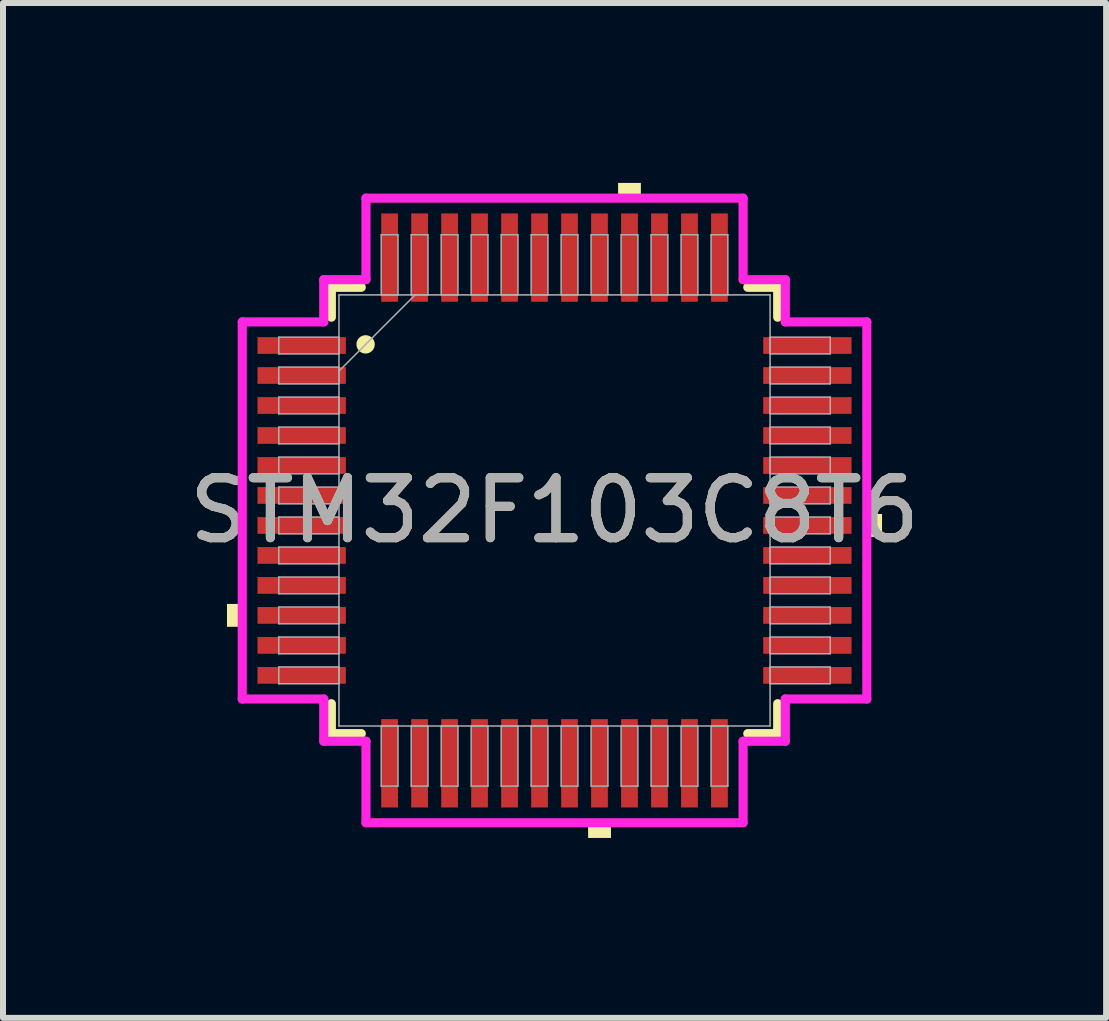
<source format=kicad_pcb>
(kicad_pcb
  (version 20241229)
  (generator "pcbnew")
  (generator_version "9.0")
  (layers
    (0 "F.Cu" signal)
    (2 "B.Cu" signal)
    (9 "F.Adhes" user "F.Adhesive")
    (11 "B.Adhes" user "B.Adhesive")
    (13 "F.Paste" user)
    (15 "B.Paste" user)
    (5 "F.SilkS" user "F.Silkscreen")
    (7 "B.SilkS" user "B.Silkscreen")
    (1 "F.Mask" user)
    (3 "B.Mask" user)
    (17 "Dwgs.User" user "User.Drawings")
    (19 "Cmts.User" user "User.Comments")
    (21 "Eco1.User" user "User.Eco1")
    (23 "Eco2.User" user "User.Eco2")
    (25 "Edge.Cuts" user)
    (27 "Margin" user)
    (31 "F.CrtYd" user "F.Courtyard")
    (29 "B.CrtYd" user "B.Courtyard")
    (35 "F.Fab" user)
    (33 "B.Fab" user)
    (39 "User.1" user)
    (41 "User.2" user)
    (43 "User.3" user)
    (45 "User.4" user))
  (footprint "STM32F103C8T6"
    (layer "F.Cu")
    (at 6.196 5.461)
    (property "Reference" "STM32F103C8T6" (at 0 0 0) (unlocked yes) (layer "F.SilkS") (effects (font (size 1 1) (thickness 0.15))))
    (attr smd)
    (fp_line (start -3.721 -3.721) (end -3.721 -3.222) (stroke (width 0.152) (type solid)) (layer "F.SilkS"))
    (fp_line (start -3.721 3.222) (end -3.721 3.721) (stroke (width 0.152) (type solid)) (layer "F.SilkS"))
    (fp_line (start -3.721 3.721) (end -3.222 3.721) (stroke (width 0.152) (type solid)) (layer "F.SilkS"))
    (fp_line (start -3.222 -3.721) (end -3.721 -3.721) (stroke (width 0.152) (type solid)) (layer "F.SilkS"))
    (fp_line (start 3.222 3.721) (end 3.721 3.721) (stroke (width 0.152) (type solid)) (layer "F.SilkS"))
    (fp_line (start 3.721 -3.721) (end 3.222 -3.721) (stroke (width 0.152) (type solid)) (layer "F.SilkS"))
    (fp_line (start 3.721 -3.222) (end 3.721 -3.721) (stroke (width 0.152) (type solid)) (layer "F.SilkS"))
    (fp_line (start 3.721 3.721) (end 3.721 3.222) (stroke (width 0.152) (type solid)) (layer "F.SilkS"))
    (fp_circle (center -3.15 -2.769) (end -3.073 -2.769) (stroke (width 0.152) (type solid)) (fill no) (layer "F.SilkS"))
    (fp_poly (pts (xy -5.461 1.559) (xy -5.461 1.94) (xy -5.207 1.94) (xy -5.207 1.559)) (stroke (width 0) (type solid)) (fill yes) (layer "F.SilkS"))
    (fp_poly (pts (xy 0.56 5.207) (xy 0.56 5.461) (xy 0.941 5.461) (xy 0.941 5.207)) (stroke (width 0) (type solid)) (fill yes) (layer "F.SilkS"))
    (fp_poly (pts (xy 1.06 -5.207) (xy 1.06 -5.461) (xy 1.44 -5.461) (xy 1.44 -5.207)) (stroke (width 0) (type solid)) (fill yes) (layer "F.SilkS"))
    (fp_poly (pts (xy 5.461 0.059) (xy 5.461 0.441) (xy 5.207 0.441) (xy 5.207 0.059)) (stroke (width 0) (type solid)) (fill yes) (layer "F.SilkS"))
    (fp_line (start -5.207 -3.144) (end -3.848 -3.144) (stroke (width 0.152) (type solid)) (layer "F.CrtYd"))
    (fp_line (start -5.207 3.144) (end -5.207 -3.144) (stroke (width 0.152) (type solid)) (layer "F.CrtYd"))
    (fp_line (start -3.848 -3.848) (end -3.144 -3.848) (stroke (width 0.152) (type solid)) (layer "F.CrtYd"))
    (fp_line (start -3.848 -3.144) (end -3.848 -3.848) (stroke (width 0.152) (type solid)) (layer "F.CrtYd"))
    (fp_line (start -3.848 3.144) (end -5.207 3.144) (stroke (width 0.152) (type solid)) (layer "F.CrtYd"))
    (fp_line (start -3.848 3.848) (end -3.848 3.144) (stroke (width 0.152) (type solid)) (layer "F.CrtYd"))
    (fp_line (start -3.848 3.848) (end -3.144 3.848) (stroke (width 0.152) (type solid)) (layer "F.CrtYd"))
    (fp_line (start -3.144 -5.207) (end 3.144 -5.207) (stroke (width 0.152) (type solid)) (layer "F.CrtYd"))
    (fp_line (start -3.144 -3.848) (end -3.144 -5.207) (stroke (width 0.152) (type solid)) (layer "F.CrtYd"))
    (fp_line (start -3.144 3.848) (end -3.144 5.207) (stroke (width 0.152) (type solid)) (layer "F.CrtYd"))
    (fp_line (start -3.144 5.207) (end 3.144 5.207) (stroke (width 0.152) (type solid)) (layer "F.CrtYd"))
    (fp_line (start 3.144 -5.207) (end 3.144 -3.848) (stroke (width 0.152) (type solid)) (layer "F.CrtYd"))
    (fp_line (start 3.144 -3.848) (end 3.848 -3.848) (stroke (width 0.152) (type solid)) (layer "F.CrtYd"))
    (fp_line (start 3.144 3.848) (end 3.848 3.848) (stroke (width 0.152) (type solid)) (layer "F.CrtYd"))
    (fp_line (start 3.144 5.207) (end 3.144 3.848) (stroke (width 0.152) (type solid)) (layer "F.CrtYd"))
    (fp_line (start 3.848 -3.144) (end 3.848 -3.848) (stroke (width 0.152) (type solid)) (layer "F.CrtYd"))
    (fp_line (start 3.848 3.144) (end 5.207 3.144) (stroke (width 0.152) (type solid)) (layer "F.CrtYd"))
    (fp_line (start 3.848 3.848) (end 3.848 3.144) (stroke (width 0.152) (type solid)) (layer "F.CrtYd"))
    (fp_line (start 5.207 -3.144) (end 3.848 -3.144) (stroke (width 0.152) (type solid)) (layer "F.CrtYd"))
    (fp_line (start 5.207 3.144) (end 5.207 -3.144) (stroke (width 0.152) (type solid)) (layer "F.CrtYd"))
    (fp_line (start -4.597 -2.89) (end -4.597 -2.61) (stroke (width 0.025) (type solid)) (layer "F.Fab"))
    (fp_line (start -4.597 -2.61) (end -3.594 -2.61) (stroke (width 0.025) (type solid)) (layer "F.Fab"))
    (fp_line (start -4.597 -2.39) (end -4.597 -2.11) (stroke (width 0.025) (type solid)) (layer "F.Fab"))
    (fp_line (start -4.597 -2.11) (end -3.594 -2.11) (stroke (width 0.025) (type solid)) (layer "F.Fab"))
    (fp_line (start -4.597 -1.89) (end -4.597 -1.61) (stroke (width 0.025) (type solid)) (layer "F.Fab"))
    (fp_line (start -4.597 -1.61) (end -3.594 -1.61) (stroke (width 0.025) (type solid)) (layer "F.Fab"))
    (fp_line (start -4.597 -1.39) (end -4.597 -1.11) (stroke (width 0.025) (type solid)) (layer "F.Fab"))
    (fp_line (start -4.597 -1.11) (end -3.594 -1.11) (stroke (width 0.025) (type solid)) (layer "F.Fab"))
    (fp_line (start -4.597 -0.89) (end -4.597 -0.61) (stroke (width 0.025) (type solid)) (layer "F.Fab"))
    (fp_line (start -4.597 -0.61) (end -3.594 -0.61) (stroke (width 0.025) (type solid)) (layer "F.Fab"))
    (fp_line (start -4.597 -0.39) (end -4.597 -0.11) (stroke (width 0.025) (type solid)) (layer "F.Fab"))
    (fp_line (start -4.597 -0.11) (end -3.594 -0.11) (stroke (width 0.025) (type solid)) (layer "F.Fab"))
    (fp_line (start -4.597 0.11) (end -4.597 0.39) (stroke (width 0.025) (type solid)) (layer "F.Fab"))
    (fp_line (start -4.597 0.39) (end -3.594 0.39) (stroke (width 0.025) (type solid)) (layer "F.Fab"))
    (fp_line (start -4.597 0.61) (end -4.597 0.89) (stroke (width 0.025) (type solid)) (layer "F.Fab"))
    (fp_line (start -4.597 0.89) (end -3.594 0.89) (stroke (width 0.025) (type solid)) (layer "F.Fab"))
    (fp_line (start -4.597 1.11) (end -4.597 1.39) (stroke (width 0.025) (type solid)) (layer "F.Fab"))
    (fp_line (start -4.597 1.39) (end -3.594 1.39) (stroke (width 0.025) (type solid)) (layer "F.Fab"))
    (fp_line (start -4.597 1.61) (end -4.597 1.89) (stroke (width 0.025) (type solid)) (layer "F.Fab"))
    (fp_line (start -4.597 1.89) (end -3.594 1.89) (stroke (width 0.025) (type solid)) (layer "F.Fab"))
    (fp_line (start -4.597 2.11) (end -4.597 2.39) (stroke (width 0.025) (type solid)) (layer "F.Fab"))
    (fp_line (start -4.597 2.39) (end -3.594 2.39) (stroke (width 0.025) (type solid)) (layer "F.Fab"))
    (fp_line (start -4.597 2.61) (end -4.597 2.89) (stroke (width 0.025) (type solid)) (layer "F.Fab"))
    (fp_line (start -4.597 2.89) (end -3.594 2.89) (stroke (width 0.025) (type solid)) (layer "F.Fab"))
    (fp_line (start -3.594 -3.594) (end -3.594 3.594) (stroke (width 0.025) (type solid)) (layer "F.Fab"))
    (fp_line (start -3.594 -2.89) (end -4.597 -2.89) (stroke (width 0.025) (type solid)) (layer "F.Fab"))
    (fp_line (start -3.594 -2.61) (end -3.594 -2.89) (stroke (width 0.025) (type solid)) (layer "F.Fab"))
    (fp_line (start -3.594 -2.39) (end -4.597 -2.39) (stroke (width 0.025) (type solid)) (layer "F.Fab"))
    (fp_line (start -3.594 -2.324) (end -2.324 -3.594) (stroke (width 0.025) (type solid)) (layer "F.Fab"))
    (fp_line (start -3.594 -2.11) (end -3.594 -2.39) (stroke (width 0.025) (type solid)) (layer "F.Fab"))
    (fp_line (start -3.594 -1.89) (end -4.597 -1.89) (stroke (width 0.025) (type solid)) (layer "F.Fab"))
    (fp_line (start -3.594 -1.61) (end -3.594 -1.89) (stroke (width 0.025) (type solid)) (layer "F.Fab"))
    (fp_line (start -3.594 -1.39) (end -4.597 -1.39) (stroke (width 0.025) (type solid)) (layer "F.Fab"))
    (fp_line (start -3.594 -1.11) (end -3.594 -1.39) (stroke (width 0.025) (type solid)) (layer "F.Fab"))
    (fp_line (start -3.594 -0.89) (end -4.597 -0.89) (stroke (width 0.025) (type solid)) (layer "F.Fab"))
    (fp_line (start -3.594 -0.61) (end -3.594 -0.89) (stroke (width 0.025) (type solid)) (layer "F.Fab"))
    (fp_line (start -3.594 -0.39) (end -4.597 -0.39) (stroke (width 0.025) (type solid)) (layer "F.Fab"))
    (fp_line (start -3.594 -0.11) (end -3.594 -0.39) (stroke (width 0.025) (type solid)) (layer "F.Fab"))
    (fp_line (start -3.594 0.11) (end -4.597 0.11) (stroke (width 0.025) (type solid)) (layer "F.Fab"))
    (fp_line (start -3.594 0.39) (end -3.594 0.11) (stroke (width 0.025) (type solid)) (layer "F.Fab"))
    (fp_line (start -3.594 0.61) (end -4.597 0.61) (stroke (width 0.025) (type solid)) (layer "F.Fab"))
    (fp_line (start -3.594 0.89) (end -3.594 0.61) (stroke (width 0.025) (type solid)) (layer "F.Fab"))
    (fp_line (start -3.594 1.11) (end -4.597 1.11) (stroke (width 0.025) (type solid)) (layer "F.Fab"))
    (fp_line (start -3.594 1.39) (end -3.594 1.11) (stroke (width 0.025) (type solid)) (layer "F.Fab"))
    (fp_line (start -3.594 1.61) (end -4.597 1.61) (stroke (width 0.025) (type solid)) (layer "F.Fab"))
    (fp_line (start -3.594 1.89) (end -3.594 1.61) (stroke (width 0.025) (type solid)) (layer "F.Fab"))
    (fp_line (start -3.594 2.11) (end -4.597 2.11) (stroke (width 0.025) (type solid)) (layer "F.Fab"))
    (fp_line (start -3.594 2.39) (end -3.594 2.11) (stroke (width 0.025) (type solid)) (layer "F.Fab"))
    (fp_line (start -3.594 2.61) (end -4.597 2.61) (stroke (width 0.025) (type solid)) (layer "F.Fab"))
    (fp_line (start -3.594 2.89) (end -3.594 2.61) (stroke (width 0.025) (type solid)) (layer "F.Fab"))
    (fp_line (start -3.594 3.594) (end 3.594 3.594) (stroke (width 0.025) (type solid)) (layer "F.Fab"))
    (fp_line (start -2.89 -4.597) (end -2.89 -3.594) (stroke (width 0.025) (type solid)) (layer "F.Fab"))
    (fp_line (start -2.89 -3.594) (end -2.61 -3.594) (stroke (width 0.025) (type solid)) (layer "F.Fab"))
    (fp_line (start -2.89 3.594) (end -2.89 4.597) (stroke (width 0.025) (type solid)) (layer "F.Fab"))
    (fp_line (start -2.89 4.597) (end -2.61 4.597) (stroke (width 0.025) (type solid)) (layer "F.Fab"))
    (fp_line (start -2.61 -4.597) (end -2.89 -4.597) (stroke (width 0.025) (type solid)) (layer "F.Fab"))
    (fp_line (start -2.61 -3.594) (end -2.61 -4.597) (stroke (width 0.025) (type solid)) (layer "F.Fab"))
    (fp_line (start -2.61 3.594) (end -2.89 3.594) (stroke (width 0.025) (type solid)) (layer "F.Fab"))
    (fp_line (start -2.61 4.597) (end -2.61 3.594) (stroke (width 0.025) (type solid)) (layer "F.Fab"))
    (fp_line (start -2.39 -4.597) (end -2.39 -3.594) (stroke (width 0.025) (type solid)) (layer "F.Fab"))
    (fp_line (start -2.39 -3.594) (end -2.11 -3.594) (stroke (width 0.025) (type solid)) (layer "F.Fab"))
    (fp_line (start -2.39 3.594) (end -2.39 4.597) (stroke (width 0.025) (type solid)) (layer "F.Fab"))
    (fp_line (start -2.39 4.597) (end -2.11 4.597) (stroke (width 0.025) (type solid)) (layer "F.Fab"))
    (fp_line (start -2.11 -4.597) (end -2.39 -4.597) (stroke (width 0.025) (type solid)) (layer "F.Fab"))
    (fp_line (start -2.11 -3.594) (end -2.11 -4.597) (stroke (width 0.025) (type solid)) (layer "F.Fab"))
    (fp_line (start -2.11 3.594) (end -2.39 3.594) (stroke (width 0.025) (type solid)) (layer "F.Fab"))
    (fp_line (start -2.11 4.597) (end -2.11 3.594) (stroke (width 0.025) (type solid)) (layer "F.Fab"))
    (fp_line (start -1.89 -4.597) (end -1.89 -3.594) (stroke (width 0.025) (type solid)) (layer "F.Fab"))
    (fp_line (start -1.89 -3.594) (end -1.61 -3.594) (stroke (width 0.025) (type solid)) (layer "F.Fab"))
    (fp_line (start -1.89 3.594) (end -1.89 4.597) (stroke (width 0.025) (type solid)) (layer "F.Fab"))
    (fp_line (start -1.89 4.597) (end -1.61 4.597) (stroke (width 0.025) (type solid)) (layer "F.Fab"))
    (fp_line (start -1.61 -4.597) (end -1.89 -4.597) (stroke (width 0.025) (type solid)) (layer "F.Fab"))
    (fp_line (start -1.61 -3.594) (end -1.61 -4.597) (stroke (width 0.025) (type solid)) (layer "F.Fab"))
    (fp_line (start -1.61 3.594) (end -1.89 3.594) (stroke (width 0.025) (type solid)) (layer "F.Fab"))
    (fp_line (start -1.61 4.597) (end -1.61 3.594) (stroke (width 0.025) (type solid)) (layer "F.Fab"))
    (fp_line (start -1.39 -4.597) (end -1.39 -3.594) (stroke (width 0.025) (type solid)) (layer "F.Fab"))
    (fp_line (start -1.39 -3.594) (end -1.11 -3.594) (stroke (width 0.025) (type solid)) (layer "F.Fab"))
    (fp_line (start -1.39 3.594) (end -1.39 4.597) (stroke (width 0.025) (type solid)) (layer "F.Fab"))
    (fp_line (start -1.39 4.597) (end -1.11 4.597) (stroke (width 0.025) (type solid)) (layer "F.Fab"))
    (fp_line (start -1.11 -4.597) (end -1.39 -4.597) (stroke (width 0.025) (type solid)) (layer "F.Fab"))
    (fp_line (start -1.11 -3.594) (end -1.11 -4.597) (stroke (width 0.025) (type solid)) (layer "F.Fab"))
    (fp_line (start -1.11 3.594) (end -1.39 3.594) (stroke (width 0.025) (type solid)) (layer "F.Fab"))
    (fp_line (start -1.11 4.597) (end -1.11 3.594) (stroke (width 0.025) (type solid)) (layer "F.Fab"))
    (fp_line (start -0.89 -4.597) (end -0.89 -3.594) (stroke (width 0.025) (type solid)) (layer "F.Fab"))
    (fp_line (start -0.89 -3.594) (end -0.61 -3.594) (stroke (width 0.025) (type solid)) (layer "F.Fab"))
    (fp_line (start -0.89 3.594) (end -0.89 4.597) (stroke (width 0.025) (type solid)) (layer "F.Fab"))
    (fp_line (start -0.89 4.597) (end -0.61 4.597) (stroke (width 0.025) (type solid)) (layer "F.Fab"))
    (fp_line (start -0.61 -4.597) (end -0.89 -4.597) (stroke (width 0.025) (type solid)) (layer "F.Fab"))
    (fp_line (start -0.61 -3.594) (end -0.61 -4.597) (stroke (width 0.025) (type solid)) (layer "F.Fab"))
    (fp_line (start -0.61 3.594) (end -0.89 3.594) (stroke (width 0.025) (type solid)) (layer "F.Fab"))
    (fp_line (start -0.61 4.597) (end -0.61 3.594) (stroke (width 0.025) (type solid)) (layer "F.Fab"))
    (fp_line (start -0.39 -4.597) (end -0.39 -3.594) (stroke (width 0.025) (type solid)) (layer "F.Fab"))
    (fp_line (start -0.39 -3.594) (end -0.11 -3.594) (stroke (width 0.025) (type solid)) (layer "F.Fab"))
    (fp_line (start -0.39 3.594) (end -0.39 4.597) (stroke (width 0.025) (type solid)) (layer "F.Fab"))
    (fp_line (start -0.39 4.597) (end -0.11 4.597) (stroke (width 0.025) (type solid)) (layer "F.Fab"))
    (fp_line (start -0.11 -4.597) (end -0.39 -4.597) (stroke (width 0.025) (type solid)) (layer "F.Fab"))
    (fp_line (start -0.11 -3.594) (end -0.11 -4.597) (stroke (width 0.025) (type solid)) (layer "F.Fab"))
    (fp_line (start -0.11 3.594) (end -0.39 3.594) (stroke (width 0.025) (type solid)) (layer "F.Fab"))
    (fp_line (start -0.11 4.597) (end -0.11 3.594) (stroke (width 0.025) (type solid)) (layer "F.Fab"))
    (fp_line (start 0.11 -4.597) (end 0.11 -3.594) (stroke (width 0.025) (type solid)) (layer "F.Fab"))
    (fp_line (start 0.11 -3.594) (end 0.39 -3.594) (stroke (width 0.025) (type solid)) (layer "F.Fab"))
    (fp_line (start 0.11 3.594) (end 0.11 4.597) (stroke (width 0.025) (type solid)) (layer "F.Fab"))
    (fp_line (start 0.11 4.597) (end 0.39 4.597) (stroke (width 0.025) (type solid)) (layer "F.Fab"))
    (fp_line (start 0.39 -4.597) (end 0.11 -4.597) (stroke (width 0.025) (type solid)) (layer "F.Fab"))
    (fp_line (start 0.39 -3.594) (end 0.39 -4.597) (stroke (width 0.025) (type solid)) (layer "F.Fab"))
    (fp_line (start 0.39 3.594) (end 0.11 3.594) (stroke (width 0.025) (type solid)) (layer "F.Fab"))
    (fp_line (start 0.39 4.597) (end 0.39 3.594) (stroke (width 0.025) (type solid)) (layer "F.Fab"))
    (fp_line (start 0.61 -4.597) (end 0.61 -3.594) (stroke (width 0.025) (type solid)) (layer "F.Fab"))
    (fp_line (start 0.61 -3.594) (end 0.89 -3.594) (stroke (width 0.025) (type solid)) (layer "F.Fab"))
    (fp_line (start 0.61 3.594) (end 0.61 4.597) (stroke (width 0.025) (type solid)) (layer "F.Fab"))
    (fp_line (start 0.61 4.597) (end 0.89 4.597) (stroke (width 0.025) (type solid)) (layer "F.Fab"))
    (fp_line (start 0.89 -4.597) (end 0.61 -4.597) (stroke (width 0.025) (type solid)) (layer "F.Fab"))
    (fp_line (start 0.89 -3.594) (end 0.89 -4.597) (stroke (width 0.025) (type solid)) (layer "F.Fab"))
    (fp_line (start 0.89 3.594) (end 0.61 3.594) (stroke (width 0.025) (type solid)) (layer "F.Fab"))
    (fp_line (start 0.89 4.597) (end 0.89 3.594) (stroke (width 0.025) (type solid)) (layer "F.Fab"))
    (fp_line (start 1.11 -4.597) (end 1.11 -3.594) (stroke (width 0.025) (type solid)) (layer "F.Fab"))
    (fp_line (start 1.11 -3.594) (end 1.39 -3.594) (stroke (width 0.025) (type solid)) (layer "F.Fab"))
    (fp_line (start 1.11 3.594) (end 1.11 4.597) (stroke (width 0.025) (type solid)) (layer "F.Fab"))
    (fp_line (start 1.11 4.597) (end 1.39 4.597) (stroke (width 0.025) (type solid)) (layer "F.Fab"))
    (fp_line (start 1.39 -4.597) (end 1.11 -4.597) (stroke (width 0.025) (type solid)) (layer "F.Fab"))
    (fp_line (start 1.39 -3.594) (end 1.39 -4.597) (stroke (width 0.025) (type solid)) (layer "F.Fab"))
    (fp_line (start 1.39 3.594) (end 1.11 3.594) (stroke (width 0.025) (type solid)) (layer "F.Fab"))
    (fp_line (start 1.39 4.597) (end 1.39 3.594) (stroke (width 0.025) (type solid)) (layer "F.Fab"))
    (fp_line (start 1.61 -4.597) (end 1.61 -3.594) (stroke (width 0.025) (type solid)) (layer "F.Fab"))
    (fp_line (start 1.61 -3.594) (end 1.89 -3.594) (stroke (width 0.025) (type solid)) (layer "F.Fab"))
    (fp_line (start 1.61 3.594) (end 1.61 4.597) (stroke (width 0.025) (type solid)) (layer "F.Fab"))
    (fp_line (start 1.61 4.597) (end 1.89 4.597) (stroke (width 0.025) (type solid)) (layer "F.Fab"))
    (fp_line (start 1.89 -4.597) (end 1.61 -4.597) (stroke (width 0.025) (type solid)) (layer "F.Fab"))
    (fp_line (start 1.89 -3.594) (end 1.89 -4.597) (stroke (width 0.025) (type solid)) (layer "F.Fab"))
    (fp_line (start 1.89 3.594) (end 1.61 3.594) (stroke (width 0.025) (type solid)) (layer "F.Fab"))
    (fp_line (start 1.89 4.597) (end 1.89 3.594) (stroke (width 0.025) (type solid)) (layer "F.Fab"))
    (fp_line (start 2.11 -4.597) (end 2.11 -3.594) (stroke (width 0.025) (type solid)) (layer "F.Fab"))
    (fp_line (start 2.11 -3.594) (end 2.39 -3.594) (stroke (width 0.025) (type solid)) (layer "F.Fab"))
    (fp_line (start 2.11 3.594) (end 2.11 4.597) (stroke (width 0.025) (type solid)) (layer "F.Fab"))
    (fp_line (start 2.11 4.597) (end 2.39 4.597) (stroke (width 0.025) (type solid)) (layer "F.Fab"))
    (fp_line (start 2.39 -4.597) (end 2.11 -4.597) (stroke (width 0.025) (type solid)) (layer "F.Fab"))
    (fp_line (start 2.39 -3.594) (end 2.39 -4.597) (stroke (width 0.025) (type solid)) (layer "F.Fab"))
    (fp_line (start 2.39 3.594) (end 2.11 3.594) (stroke (width 0.025) (type solid)) (layer "F.Fab"))
    (fp_line (start 2.39 4.597) (end 2.39 3.594) (stroke (width 0.025) (type solid)) (layer "F.Fab"))
    (fp_line (start 2.61 -4.597) (end 2.61 -3.594) (stroke (width 0.025) (type solid)) (layer "F.Fab"))
    (fp_line (start 2.61 -3.594) (end 2.89 -3.594) (stroke (width 0.025) (type solid)) (layer "F.Fab"))
    (fp_line (start 2.61 3.594) (end 2.61 4.597) (stroke (width 0.025) (type solid)) (layer "F.Fab"))
    (fp_line (start 2.61 4.597) (end 2.89 4.597) (stroke (width 0.025) (type solid)) (layer "F.Fab"))
    (fp_line (start 2.89 -4.597) (end 2.61 -4.597) (stroke (width 0.025) (type solid)) (layer "F.Fab"))
    (fp_line (start 2.89 -3.594) (end 2.89 -4.597) (stroke (width 0.025) (type solid)) (layer "F.Fab"))
    (fp_line (start 2.89 3.594) (end 2.61 3.594) (stroke (width 0.025) (type solid)) (layer "F.Fab"))
    (fp_line (start 2.89 4.597) (end 2.89 3.594) (stroke (width 0.025) (type solid)) (layer "F.Fab"))
    (fp_line (start 3.594 -3.594) (end -3.594 -3.594) (stroke (width 0.025) (type solid)) (layer "F.Fab"))
    (fp_line (start 3.594 -2.89) (end 3.594 -2.61) (stroke (width 0.025) (type solid)) (layer "F.Fab"))
    (fp_line (start 3.594 -2.61) (end 4.597 -2.61) (stroke (width 0.025) (type solid)) (layer "F.Fab"))
    (fp_line (start 3.594 -2.39) (end 3.594 -2.11) (stroke (width 0.025) (type solid)) (layer "F.Fab"))
    (fp_line (start 3.594 -2.11) (end 4.597 -2.11) (stroke (width 0.025) (type solid)) (layer "F.Fab"))
    (fp_line (start 3.594 -1.89) (end 3.594 -1.61) (stroke (width 0.025) (type solid)) (layer "F.Fab"))
    (fp_line (start 3.594 -1.61) (end 4.597 -1.61) (stroke (width 0.025) (type solid)) (layer "F.Fab"))
    (fp_line (start 3.594 -1.39) (end 3.594 -1.11) (stroke (width 0.025) (type solid)) (layer "F.Fab"))
    (fp_line (start 3.594 -1.11) (end 4.597 -1.11) (stroke (width 0.025) (type solid)) (layer "F.Fab"))
    (fp_line (start 3.594 -0.89) (end 3.594 -0.61) (stroke (width 0.025) (type solid)) (layer "F.Fab"))
    (fp_line (start 3.594 -0.61) (end 4.597 -0.61) (stroke (width 0.025) (type solid)) (layer "F.Fab"))
    (fp_line (start 3.594 -0.39) (end 3.594 -0.11) (stroke (width 0.025) (type solid)) (layer "F.Fab"))
    (fp_line (start 3.594 -0.11) (end 4.597 -0.11) (stroke (width 0.025) (type solid)) (layer "F.Fab"))
    (fp_line (start 3.594 0.11) (end 3.594 0.39) (stroke (width 0.025) (type solid)) (layer "F.Fab"))
    (fp_line (start 3.594 0.39) (end 4.597 0.39) (stroke (width 0.025) (type solid)) (layer "F.Fab"))
    (fp_line (start 3.594 0.61) (end 3.594 0.89) (stroke (width 0.025) (type solid)) (layer "F.Fab"))
    (fp_line (start 3.594 0.89) (end 4.597 0.89) (stroke (width 0.025) (type solid)) (layer "F.Fab"))
    (fp_line (start 3.594 1.11) (end 3.594 1.39) (stroke (width 0.025) (type solid)) (layer "F.Fab"))
    (fp_line (start 3.594 1.39) (end 4.597 1.39) (stroke (width 0.025) (type solid)) (layer "F.Fab"))
    (fp_line (start 3.594 1.61) (end 3.594 1.89) (stroke (width 0.025) (type solid)) (layer "F.Fab"))
    (fp_line (start 3.594 1.89) (end 4.597 1.89) (stroke (width 0.025) (type solid)) (layer "F.Fab"))
    (fp_line (start 3.594 2.11) (end 3.594 2.39) (stroke (width 0.025) (type solid)) (layer "F.Fab"))
    (fp_line (start 3.594 2.39) (end 4.597 2.39) (stroke (width 0.025) (type solid)) (layer "F.Fab"))
    (fp_line (start 3.594 2.61) (end 3.594 2.89) (stroke (width 0.025) (type solid)) (layer "F.Fab"))
    (fp_line (start 3.594 2.89) (end 4.597 2.89) (stroke (width 0.025) (type solid)) (layer "F.Fab"))
    (fp_line (start 3.594 3.594) (end 3.594 -3.594) (stroke (width 0.025) (type solid)) (layer "F.Fab"))
    (fp_line (start 4.597 -2.89) (end 3.594 -2.89) (stroke (width 0.025) (type solid)) (layer "F.Fab"))
    (fp_line (start 4.597 -2.61) (end 4.597 -2.89) (stroke (width 0.025) (type solid)) (layer "F.Fab"))
    (fp_line (start 4.597 -2.39) (end 3.594 -2.39) (stroke (width 0.025) (type solid)) (layer "F.Fab"))
    (fp_line (start 4.597 -2.11) (end 4.597 -2.39) (stroke (width 0.025) (type solid)) (layer "F.Fab"))
    (fp_line (start 4.597 -1.89) (end 3.594 -1.89) (stroke (width 0.025) (type solid)) (layer "F.Fab"))
    (fp_line (start 4.597 -1.61) (end 4.597 -1.89) (stroke (width 0.025) (type solid)) (layer "F.Fab"))
    (fp_line (start 4.597 -1.39) (end 3.594 -1.39) (stroke (width 0.025) (type solid)) (layer "F.Fab"))
    (fp_line (start 4.597 -1.11) (end 4.597 -1.39) (stroke (width 0.025) (type solid)) (layer "F.Fab"))
    (fp_line (start 4.597 -0.89) (end 3.594 -0.89) (stroke (width 0.025) (type solid)) (layer "F.Fab"))
    (fp_line (start 4.597 -0.61) (end 4.597 -0.89) (stroke (width 0.025) (type solid)) (layer "F.Fab"))
    (fp_line (start 4.597 -0.39) (end 3.594 -0.39) (stroke (width 0.025) (type solid)) (layer "F.Fab"))
    (fp_line (start 4.597 -0.11) (end 4.597 -0.39) (stroke (width 0.025) (type solid)) (layer "F.Fab"))
    (fp_line (start 4.597 0.11) (end 3.594 0.11) (stroke (width 0.025) (type solid)) (layer "F.Fab"))
    (fp_line (start 4.597 0.39) (end 4.597 0.11) (stroke (width 0.025) (type solid)) (layer "F.Fab"))
    (fp_line (start 4.597 0.61) (end 3.594 0.61) (stroke (width 0.025) (type solid)) (layer "F.Fab"))
    (fp_line (start 4.597 0.89) (end 4.597 0.61) (stroke (width 0.025) (type solid)) (layer "F.Fab"))
    (fp_line (start 4.597 1.11) (end 3.594 1.11) (stroke (width 0.025) (type solid)) (layer "F.Fab"))
    (fp_line (start 4.597 1.39) (end 4.597 1.11) (stroke (width 0.025) (type solid)) (layer "F.Fab"))
    (fp_line (start 4.597 1.61) (end 3.594 1.61) (stroke (width 0.025) (type solid)) (layer "F.Fab"))
    (fp_line (start 4.597 1.89) (end 4.597 1.61) (stroke (width 0.025) (type solid)) (layer "F.Fab"))
    (fp_line (start 4.597 2.11) (end 3.594 2.11) (stroke (width 0.025) (type solid)) (layer "F.Fab"))
    (fp_line (start 4.597 2.39) (end 4.597 2.11) (stroke (width 0.025) (type solid)) (layer "F.Fab"))
    (fp_line (start 4.597 2.61) (end 3.594 2.61) (stroke (width 0.025) (type solid)) (layer "F.Fab"))
    (fp_line (start 4.597 2.89) (end 4.597 2.61) (stroke (width 0.025) (type solid)) (layer "F.Fab"))
    (fp_text user "${REFERENCE}" (at 0 0 0) (unlocked yes) (layer "F.Fab") (effects (font (size 1 1) (thickness 0.15))))
    (pad "1" smd rect (at -4.216 -2.75 90) (size 0.279 1.473) (layers "F.Cu" "F.Mask" "F.Paste"))
    (pad "2" smd rect (at -4.216 -2.25 90) (size 0.279 1.473) (layers "F.Cu" "F.Mask" "F.Paste"))
    (pad "3" smd rect (at -4.216 -1.75 90) (size 0.279 1.473) (layers "F.Cu" "F.Mask" "F.Paste"))
    (pad "4" smd rect (at -4.216 -1.25 90) (size 0.279 1.473) (layers "F.Cu" "F.Mask" "F.Paste"))
    (pad "5" smd rect (at -4.216 -0.75 90) (size 0.279 1.473) (layers "F.Cu" "F.Mask" "F.Paste"))
    (pad "6" smd rect (at -4.216 -0.25 90) (size 0.279 1.473) (layers "F.Cu" "F.Mask" "F.Paste"))
    (pad "7" smd rect (at -4.216 0.25 90) (size 0.279 1.473) (layers "F.Cu" "F.Mask" "F.Paste"))
    (pad "8" smd rect (at -4.216 0.75 90) (size 0.279 1.473) (layers "F.Cu" "F.Mask" "F.Paste"))
    (pad "9" smd rect (at -4.216 1.25 90) (size 0.279 1.473) (layers "F.Cu" "F.Mask" "F.Paste"))
    (pad "10" smd rect (at -4.216 1.75 90) (size 0.279 1.473) (layers "F.Cu" "F.Mask" "F.Paste"))
    (pad "11" smd rect (at -4.216 2.25 90) (size 0.279 1.473) (layers "F.Cu" "F.Mask" "F.Paste"))
    (pad "12" smd rect (at -4.216 2.75 90) (size 0.279 1.473) (layers "F.Cu" "F.Mask" "F.Paste"))
    (pad "13" smd rect (at -2.75 4.216) (size 0.279 1.473) (layers "F.Cu" "F.Mask" "F.Paste"))
    (pad "14" smd rect (at -2.25 4.216) (size 0.279 1.473) (layers "F.Cu" "F.Mask" "F.Paste"))
    (pad "15" smd rect (at -1.75 4.216) (size 0.279 1.473) (layers "F.Cu" "F.Mask" "F.Paste"))
    (pad "16" smd rect (at -1.25 4.216) (size 0.279 1.473) (layers "F.Cu" "F.Mask" "F.Paste"))
    (pad "17" smd rect (at -0.75 4.216) (size 0.279 1.473) (layers "F.Cu" "F.Mask" "F.Paste"))
    (pad "18" smd rect (at -0.25 4.216) (size 0.279 1.473) (layers "F.Cu" "F.Mask" "F.Paste"))
    (pad "19" smd rect (at 0.25 4.216) (size 0.279 1.473) (layers "F.Cu" "F.Mask" "F.Paste"))
    (pad "20" smd rect (at 0.75 4.216) (size 0.279 1.473) (layers "F.Cu" "F.Mask" "F.Paste"))
    (pad "21" smd rect (at 1.25 4.216) (size 0.279 1.473) (layers "F.Cu" "F.Mask" "F.Paste"))
    (pad "22" smd rect (at 1.75 4.216) (size 0.279 1.473) (layers "F.Cu" "F.Mask" "F.Paste"))
    (pad "23" smd rect (at 2.25 4.216) (size 0.279 1.473) (layers "F.Cu" "F.Mask" "F.Paste"))
    (pad "24" smd rect (at 2.75 4.216) (size 0.279 1.473) (layers "F.Cu" "F.Mask" "F.Paste"))
    (pad "25" smd rect (at 4.216 2.75 90) (size 0.279 1.473) (layers "F.Cu" "F.Mask" "F.Paste"))
    (pad "26" smd rect (at 4.216 2.25 90) (size 0.279 1.473) (layers "F.Cu" "F.Mask" "F.Paste"))
    (pad "27" smd rect (at 4.216 1.75 90) (size 0.279 1.473) (layers "F.Cu" "F.Mask" "F.Paste"))
    (pad "28" smd rect (at 4.216 1.25 90) (size 0.279 1.473) (layers "F.Cu" "F.Mask" "F.Paste"))
    (pad "29" smd rect (at 4.216 0.75 90) (size 0.279 1.473) (layers "F.Cu" "F.Mask" "F.Paste"))
    (pad "30" smd rect (at 4.216 0.25 90) (size 0.279 1.473) (layers "F.Cu" "F.Mask" "F.Paste"))
    (pad "31" smd rect (at 4.216 -0.25 90) (size 0.279 1.473) (layers "F.Cu" "F.Mask" "F.Paste"))
    (pad "32" smd rect (at 4.216 -0.75 90) (size 0.279 1.473) (layers "F.Cu" "F.Mask" "F.Paste"))
    (pad "33" smd rect (at 4.216 -1.25 90) (size 0.279 1.473) (layers "F.Cu" "F.Mask" "F.Paste"))
    (pad "34" smd rect (at 4.216 -1.75 90) (size 0.279 1.473) (layers "F.Cu" "F.Mask" "F.Paste"))
    (pad "35" smd rect (at 4.216 -2.25 90) (size 0.279 1.473) (layers "F.Cu" "F.Mask" "F.Paste"))
    (pad "36" smd rect (at 4.216 -2.75 90) (size 0.279 1.473) (layers "F.Cu" "F.Mask" "F.Paste"))
    (pad "37" smd rect (at 2.75 -4.216) (size 0.279 1.473) (layers "F.Cu" "F.Mask" "F.Paste"))
    (pad "38" smd rect (at 2.25 -4.216) (size 0.279 1.473) (layers "F.Cu" "F.Mask" "F.Paste"))
    (pad "39" smd rect (at 1.75 -4.216) (size 0.279 1.473) (layers "F.Cu" "F.Mask" "F.Paste"))
    (pad "40" smd rect (at 1.25 -4.216) (size 0.279 1.473) (layers "F.Cu" "F.Mask" "F.Paste"))
    (pad "41" smd rect (at 0.75 -4.216) (size 0.279 1.473) (layers "F.Cu" "F.Mask" "F.Paste"))
    (pad "42" smd rect (at 0.25 -4.216) (size 0.279 1.473) (layers "F.Cu" "F.Mask" "F.Paste"))
    (pad "43" smd rect (at -0.25 -4.216) (size 0.279 1.473) (layers "F.Cu" "F.Mask" "F.Paste"))
    (pad "44" smd rect (at -0.75 -4.216) (size 0.279 1.473) (layers "F.Cu" "F.Mask" "F.Paste"))
    (pad "45" smd rect (at -1.25 -4.216) (size 0.279 1.473) (layers "F.Cu" "F.Mask" "F.Paste"))
    (pad "46" smd rect (at -1.75 -4.216) (size 0.279 1.473) (layers "F.Cu" "F.Mask" "F.Paste"))
    (pad "47" smd rect (at -2.25 -4.216) (size 0.279 1.473) (layers "F.Cu" "F.Mask" "F.Paste"))
    (pad "48" smd rect (at -2.75 -4.216) (size 0.279 1.473) (layers "F.Cu" "F.Mask" "F.Paste")))
  (gr_rect
    (start -3 -3)
    (end 15.393 13.922)
    (stroke (width 0.1) (type default))
    (fill no)
    (layer "Edge.Cuts")))
</source>
